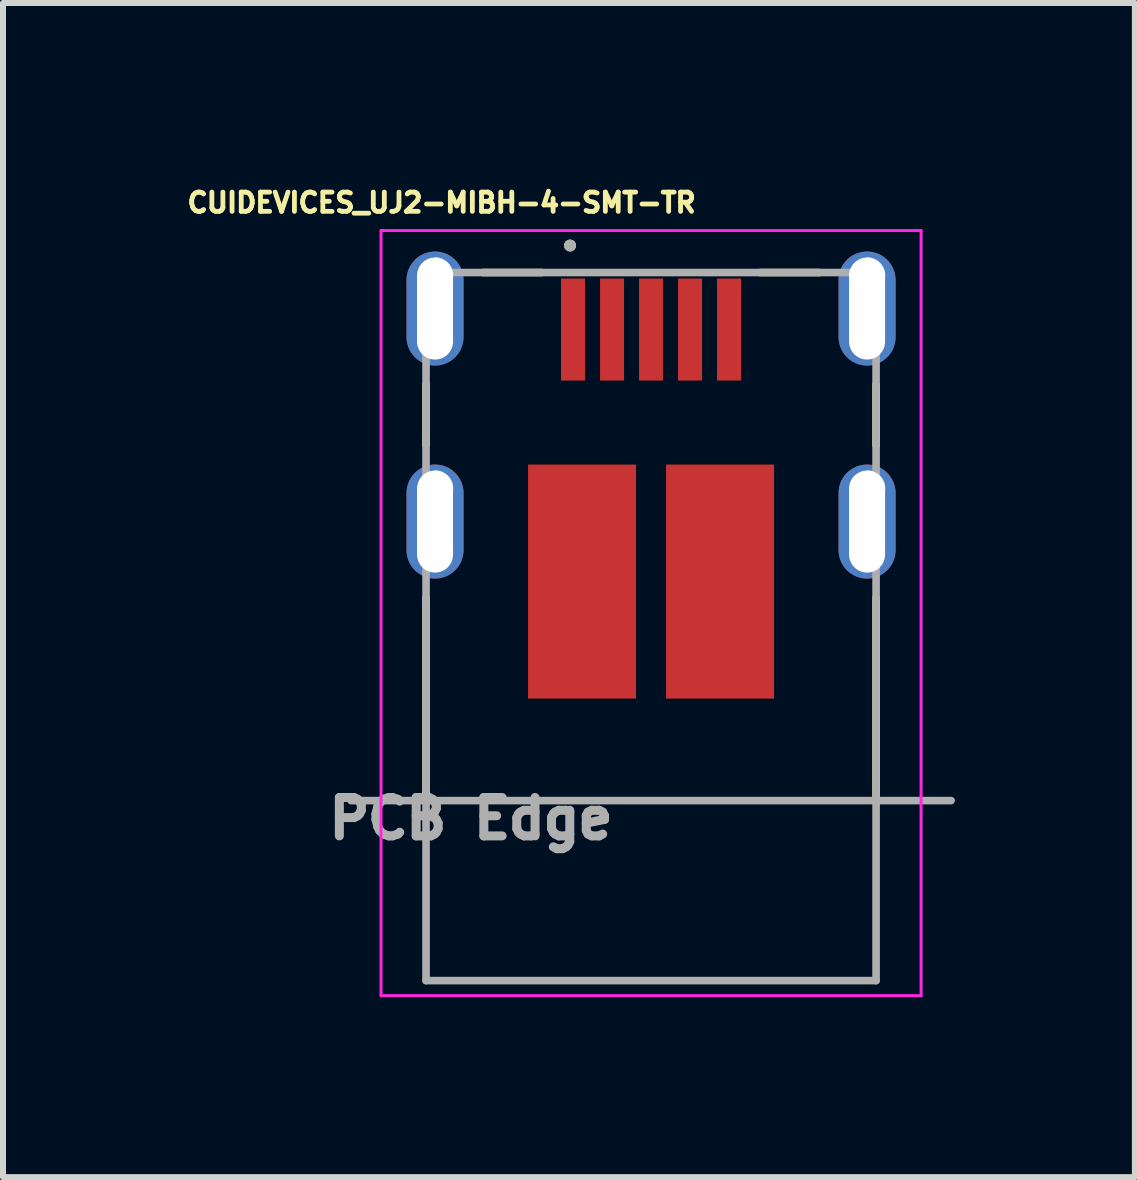
<source format=kicad_pcb>
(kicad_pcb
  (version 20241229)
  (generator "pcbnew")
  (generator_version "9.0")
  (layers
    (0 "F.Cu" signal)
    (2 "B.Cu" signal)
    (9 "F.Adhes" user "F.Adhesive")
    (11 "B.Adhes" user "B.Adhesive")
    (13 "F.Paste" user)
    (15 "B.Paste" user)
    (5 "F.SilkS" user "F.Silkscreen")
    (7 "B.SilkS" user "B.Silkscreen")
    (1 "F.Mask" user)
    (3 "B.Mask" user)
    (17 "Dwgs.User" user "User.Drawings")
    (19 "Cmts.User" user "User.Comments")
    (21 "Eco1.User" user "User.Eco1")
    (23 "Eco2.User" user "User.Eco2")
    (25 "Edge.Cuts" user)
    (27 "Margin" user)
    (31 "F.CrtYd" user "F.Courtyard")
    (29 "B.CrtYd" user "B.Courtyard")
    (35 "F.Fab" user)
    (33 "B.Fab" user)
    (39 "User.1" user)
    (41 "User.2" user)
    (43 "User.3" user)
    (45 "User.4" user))
  (footprint "CUIDEVICES_UJ2-MIBH-4-SMT-TR"
    (layer "F.Cu")
    (at 7.8 7.392)
    (property "Reference" "CUIDEVICES_UJ2-MIBH-4-SMT-TR" (at -3.49 -7.064 0) (layer "F.SilkS") (effects (font (size 0.321 0.321) (thickness 0.15))))
    (attr smd)
    (fp_line (start -3.75 -4.03) (end -3.75 -3.02) (stroke (width 0.127) (type solid)) (layer "F.SilkS"))
    (fp_line (start -3.75 -0.48) (end -3.75 2.9) (stroke (width 0.127) (type solid)) (layer "F.SilkS"))
    (fp_line (start -1.82 -5.9) (end -2.805 -5.9) (stroke (width 0.127) (type solid)) (layer "F.SilkS"))
    (fp_line (start 1.82 -5.9) (end 2.805 -5.9) (stroke (width 0.127) (type solid)) (layer "F.SilkS"))
    (fp_line (start 3.75 -3.02) (end 3.75 -4.03) (stroke (width 0.127) (type solid)) (layer "F.SilkS"))
    (fp_line (start 3.75 2.9) (end 3.75 -0.48) (stroke (width 0.127) (type solid)) (layer "F.SilkS"))
    (fp_circle (center -1.35 -6.35) (end -1.3 -6.35) (stroke (width 0.1) (type solid)) (fill no) (layer "F.SilkS"))
    (fp_arc (start -3.6 -6.149999) (mid -3.384304 -6.058577) (end -3.3 -5.84) (stroke (width 0.01) (type solid)) (layer "Edge.Cuts"))
    (fp_arc (start -3.6 -2.599999) (mid -3.384304 -2.508577) (end -3.3 -2.29) (stroke (width 0.01) (type solid)) (layer "Edge.Cuts"))
    (fp_arc (start 3.6 -6.149999) (mid 3.815696 -6.058577) (end 3.9 -5.84) (stroke (width 0.01) (type solid)) (layer "Edge.Cuts"))
    (fp_arc (start 3.6 -2.599999) (mid 3.815696 -2.508577) (end 3.9 -2.29) (stroke (width 0.01) (type solid)) (layer "Edge.Cuts"))
    (fp_line (start -4.5 -6.6) (end 4.5 -6.6) (stroke (width 0.05) (type solid)) (layer "F.CrtYd"))
    (fp_line (start -4.5 6.15) (end -4.5 -6.6) (stroke (width 0.05) (type solid)) (layer "F.CrtYd"))
    (fp_line (start 4.5 -6.6) (end 4.5 6.15) (stroke (width 0.05) (type solid)) (layer "F.CrtYd"))
    (fp_line (start 4.5 6.15) (end -4.5 6.15) (stroke (width 0.05) (type solid)) (layer "F.CrtYd"))
    (fp_line (start -5 2.9) (end 5 2.9) (stroke (width 0.127) (type solid)) (layer "F.Fab"))
    (fp_line (start -3.75 -5.9) (end -3.75 5.9) (stroke (width 0.127) (type solid)) (layer "F.Fab"))
    (fp_line (start -3.75 5.9) (end 3.75 5.9) (stroke (width 0.127) (type solid)) (layer "F.Fab"))
    (fp_line (start 3.75 -5.9) (end -3.75 -5.9) (stroke (width 0.127) (type solid)) (layer "F.Fab"))
    (fp_line (start 3.75 5.9) (end 3.75 -5.9) (stroke (width 0.127) (type solid)) (layer "F.Fab"))
    (fp_circle (center -1.35 -6.35) (end -1.3 -6.35) (stroke (width 0.1) (type solid)) (fill no) (layer "F.Fab"))
    (fp_text user "PCB Edge" (at -3 3.2 0) (layer "F.Fab") (effects (font (size 0.64 0.64) (thickness 0.15))))
    (pad "1" smd rect (at -1.3 -4.95 270) (size 1.7 0.4) (layers "F.Cu" "F.Mask" "F.Paste"))
    (pad "2" smd rect (at -0.65 -4.95 270) (size 1.7 0.4) (layers "F.Cu" "F.Mask" "F.Paste"))
    (pad "3" smd rect (at 0 -4.95 270) (size 1.7 0.4) (layers "F.Cu" "F.Mask" "F.Paste"))
    (pad "4" smd rect (at 0.65 -4.95 270) (size 1.7 0.4) (layers "F.Cu" "F.Mask" "F.Paste"))
    (pad "5" smd rect (at 1.3 -4.95 270) (size 1.7 0.4) (layers "F.Cu" "F.Mask" "F.Paste"))
    (pad "P5" smd rect (at 1.15 -0.75 270) (size 3.9 1.8) (layers "F.Cu" "F.Mask" "F.Paste"))
    (pad "P6" smd rect (at -1.15 -0.75 270) (size 3.9 1.8) (layers "F.Cu" "F.Mask" "F.Paste"))
    (pad "S1" thru_hole oval (at -3.6 -5.3) (size 0.95 1.9) (drill oval 0.6 1.7) (layers "*.Cu" "*.Mask"))
    (pad "S2" thru_hole oval (at -3.6 -1.75) (size 0.95 1.9) (drill oval 0.6 1.7) (layers "*.Cu" "*.Mask"))
    (pad "S3" thru_hole oval (at 3.6 -5.3) (size 0.95 1.9) (drill oval 0.6 1.7) (layers "*.Cu" "*.Mask"))
    (pad "S4" thru_hole oval (at 3.6 -1.75) (size 0.95 1.9) (drill oval 0.6 1.7) (layers "*.Cu" "*.Mask")))
  (gr_rect
    (start -3 -3)
    (end 15.863 16.567)
    (stroke (width 0.1) (type default))
    (fill no)
    (layer "Edge.Cuts")))
</source>
